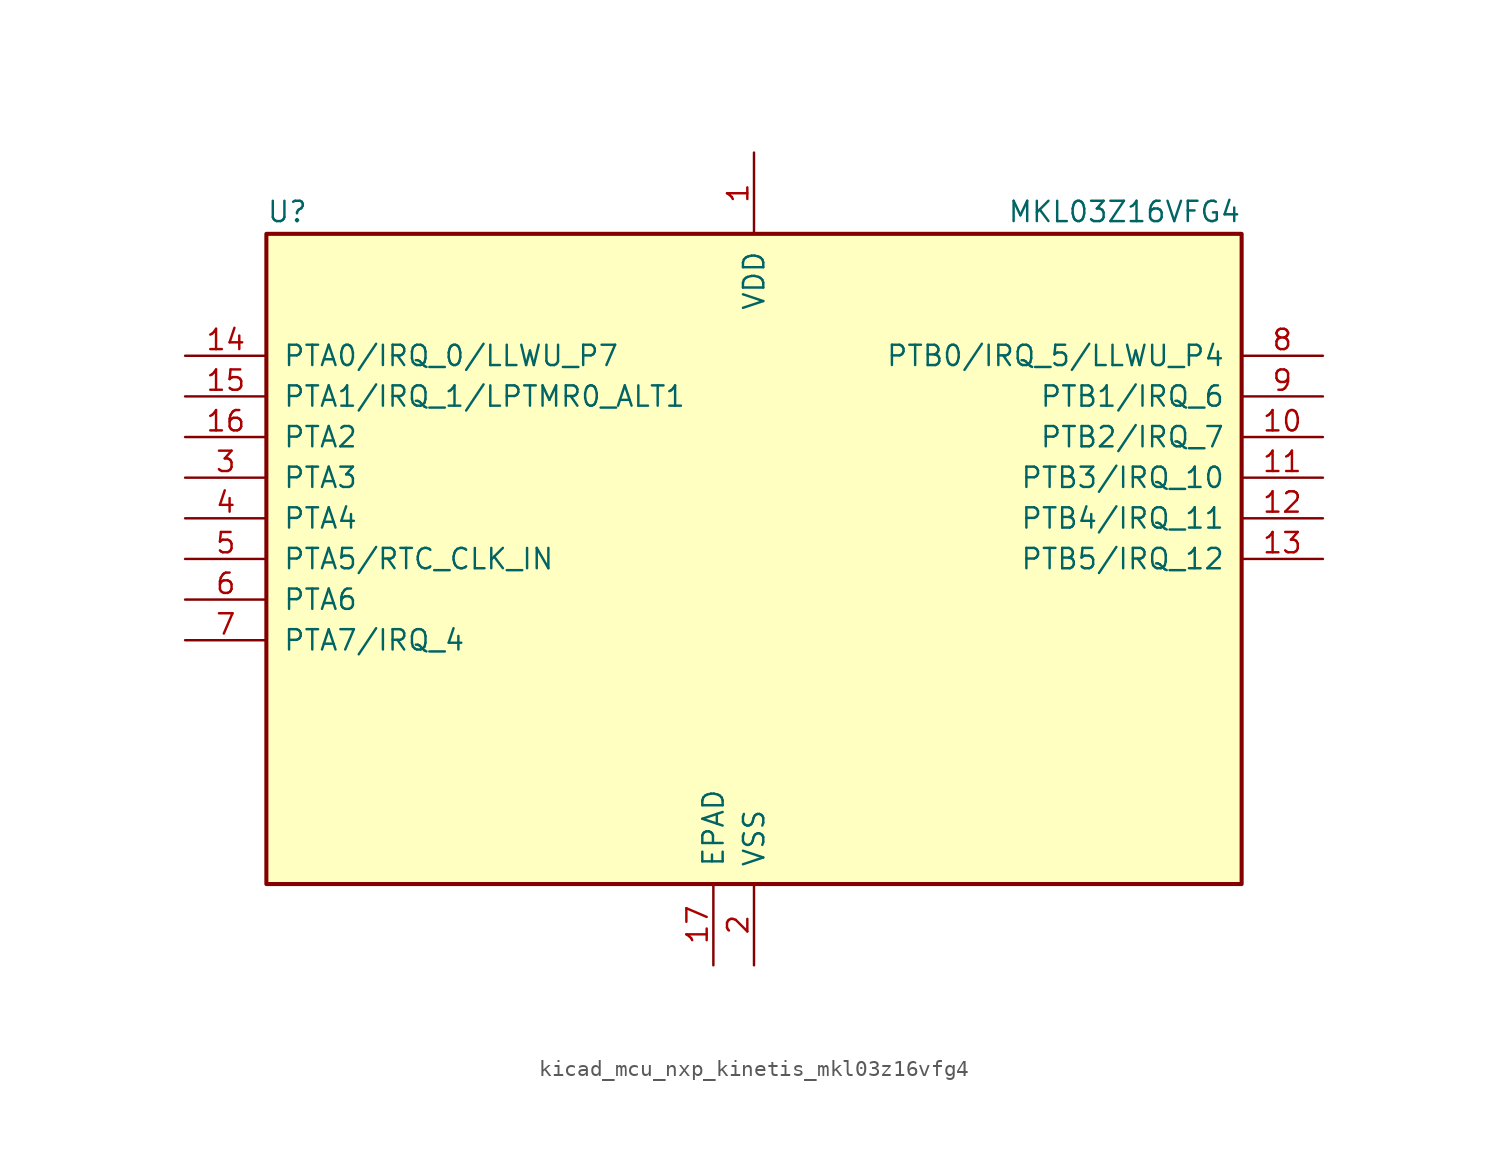
<source format=kicad_sym>
(kicad_symbol_lib
  (version 20220914)
  (generator kicad_symbol_editor)
  (symbol "kicad_mcu_nxp_kinetis_mkl03z16vfg4"
    (pin_names
      (offset 1.016))
    (property "Reference" "U"
      (at -30.48 20.955 0)
      (effects (font (size 1.27 1.27)) (justify left bottom)))
    (property "Value" "MKL03Z16VFG4"
      (at 30.48 20.955 0)
      (effects (font (size 1.27 1.27)) (justify right bottom)))
    (symbol "kicad_mcu_nxp_kinetis_mkl03z16vfg4_0_1"
      (rectangle (start -30.48 20.32) (end 30.48 -20.32) (stroke (width 0.254) (type default)) (fill (type background))))
    (symbol "kicad_mcu_nxp_kinetis_mkl03z16vfg4_1_1"
      (pin power_in line (at 0 25.4 270) (length 5.08) (name "VDD" (effects (font (size 1.27 1.27)))) (number "1" (effects (font (size 1.27 1.27)))))
      (pin bidirectional line (at 35.56 7.62 180) (length 5.08) (name "PTB2/IRQ_7" (effects (font (size 1.27 1.27)))) (number "10" (effects (font (size 1.27 1.27)))))
      (pin bidirectional line (at 35.56 5.08 180) (length 5.08) (name "PTB3/IRQ_10" (effects (font (size 1.27 1.27)))) (number "11" (effects (font (size 1.27 1.27)))))
      (pin bidirectional line (at 35.56 2.54 180) (length 5.08) (name "PTB4/IRQ_11" (effects (font (size 1.27 1.27)))) (number "12" (effects (font (size 1.27 1.27)))))
      (pin bidirectional line (at 35.56 0 180) (length 5.08) (name "PTB5/IRQ_12" (effects (font (size 1.27 1.27)))) (number "13" (effects (font (size 1.27 1.27)))))
      (pin bidirectional line (at -35.56 12.7 0) (length 5.08) (name "PTA0/IRQ_0/LLWU_P7" (effects (font (size 1.27 1.27)))) (number "14" (effects (font (size 1.27 1.27)))))
      (pin bidirectional line (at -35.56 10.16 0) (length 5.08) (name "PTA1/IRQ_1/LPTMR0_ALT1" (effects (font (size 1.27 1.27)))) (number "15" (effects (font (size 1.27 1.27)))))
      (pin bidirectional line (at -35.56 7.62 0) (length 5.08) (name "PTA2" (effects (font (size 1.27 1.27)))) (number "16" (effects (font (size 1.27 1.27)))))
      (pin power_in line (at -2.54 -25.4 90) (length 5.08) (name "EPAD" (effects (font (size 1.27 1.27)))) (number "17" (effects (font (size 1.27 1.27)))))
      (pin power_in line (at 0 -25.4 90) (length 5.08) (name "VSS" (effects (font (size 1.27 1.27)))) (number "2" (effects (font (size 1.27 1.27)))))
      (pin bidirectional line (at -35.56 5.08 0) (length 5.08) (name "PTA3" (effects (font (size 1.27 1.27)))) (number "3" (effects (font (size 1.27 1.27)))))
      (pin bidirectional line (at -35.56 2.54 0) (length 5.08) (name "PTA4" (effects (font (size 1.27 1.27)))) (number "4" (effects (font (size 1.27 1.27)))))
      (pin bidirectional line (at -35.56 0 0) (length 5.08) (name "PTA5/RTC_CLK_IN" (effects (font (size 1.27 1.27)))) (number "5" (effects (font (size 1.27 1.27)))))
      (pin bidirectional line (at -35.56 -2.54 0) (length 5.08) (name "PTA6" (effects (font (size 1.27 1.27)))) (number "6" (effects (font (size 1.27 1.27)))))
      (pin bidirectional line (at -35.56 -5.08 0) (length 5.08) (name "PTA7/IRQ_4" (effects (font (size 1.27 1.27)))) (number "7" (effects (font (size 1.27 1.27)))))
      (pin bidirectional line (at 35.56 12.7 180) (length 5.08) (name "PTB0/IRQ_5/LLWU_P4" (effects (font (size 1.27 1.27)))) (number "8" (effects (font (size 1.27 1.27)))))
      (pin bidirectional line (at 35.56 10.16 180) (length 5.08) (name "PTB1/IRQ_6" (effects (font (size 1.27 1.27)))) (number "9" (effects (font (size 1.27 1.27))))))))
</source>
